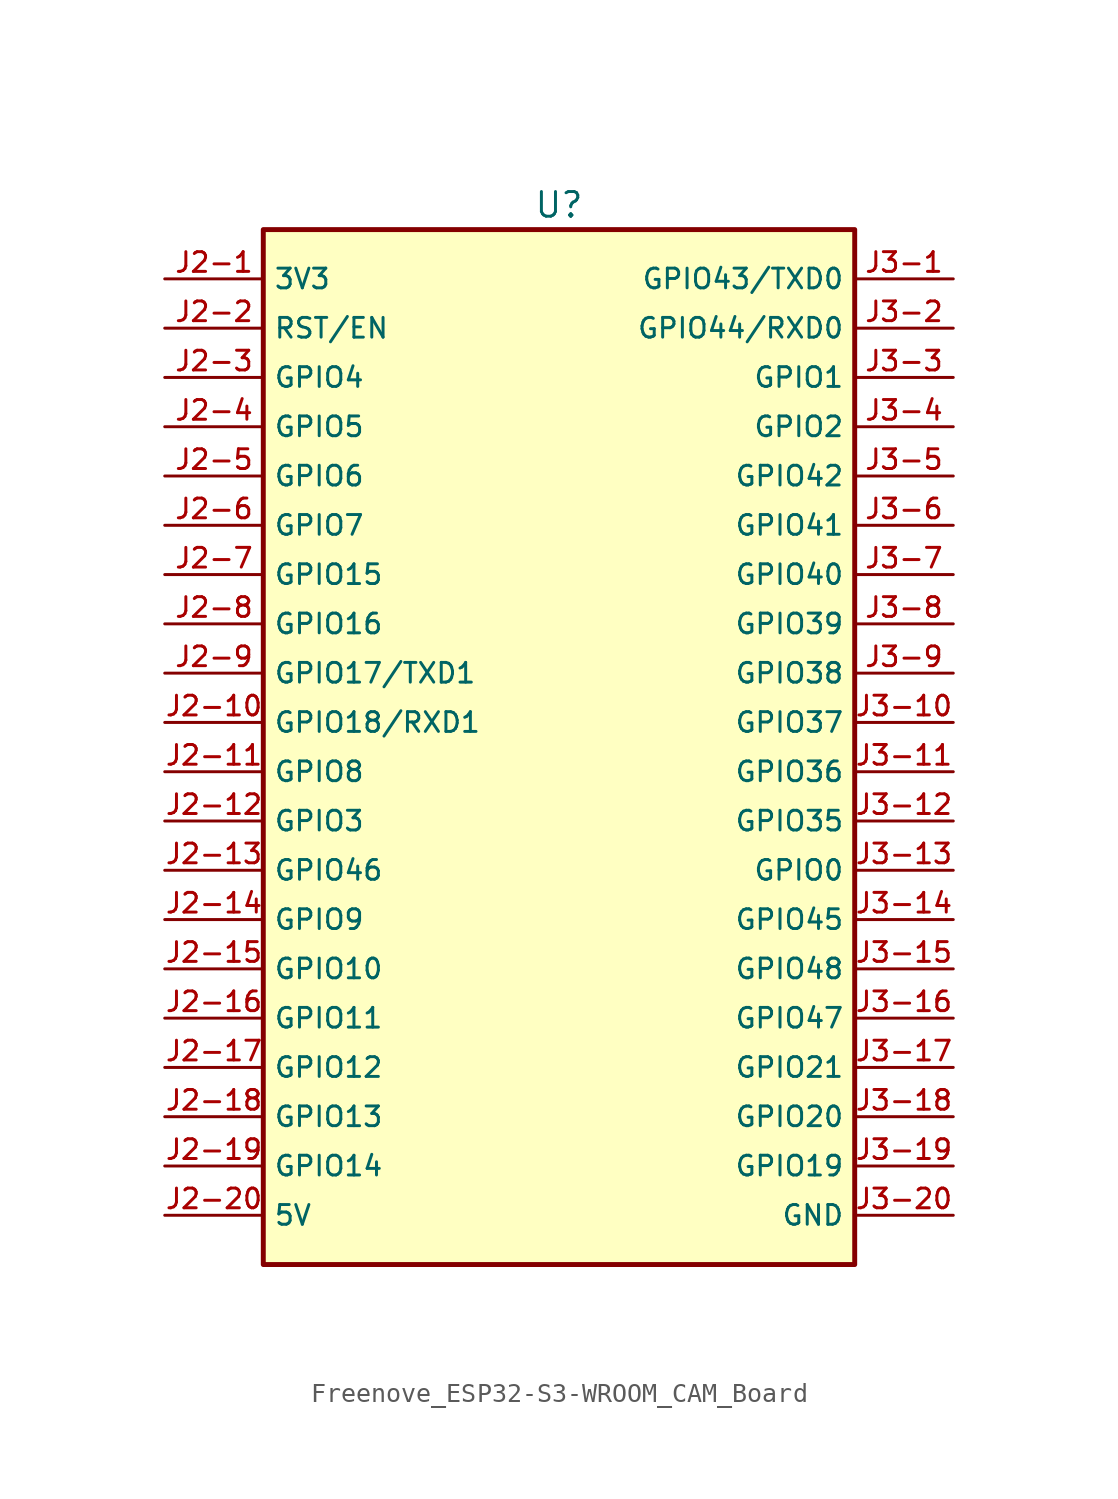
<source format=kicad_sym>
(kicad_symbol_lib
  (version 20231120)
  (generator "kicad_symbol_editor")
  (generator_version "8.0")
  (symbol "Freenove_ESP32-S3-WROOM_CAM_Board"
    (property "Reference" "U"
      (at 0 26.67 0)
      (effects (font (size 1.27 1.27))))
    (property "Value" ""
      (at 0 26.67 0)
      (effects (font (size 1.27 1.27))))
    (symbol "Freenove_ESP32-S3-WROOM_CAM_Board_0_0"
      (rectangle (start -15.24 25.4) (end 15.24 -27.94) (stroke (width 0.254) (type default)) (fill (type background)))
      (pin power_in line (at -20.32 22.86 0) (length 5.08) (name "3V3" (effects (font (size 1.016 1.016)))) (number "J2-1" (effects (font (size 1.016 1.016))))))
    (symbol "Freenove_ESP32-S3-WROOM_CAM_Board_1_0"
      (pin bidirectional line (at -20.32 0 0) (length 5.08) (name "GPIO18/RXD1" (effects (font (size 1.016 1.016)))) (number "J2-10" (effects (font (size 1.016 1.016)))))
      (pin bidirectional line (at -20.32 -2.54 0) (length 5.08) (name "GPIO8" (effects (font (size 1.016 1.016)))) (number "J2-11" (effects (font (size 1.016 1.016)))))
      (pin bidirectional line (at -20.32 -5.08 0) (length 5.08) (name "GPIO3" (effects (font (size 1.016 1.016)))) (number "J2-12" (effects (font (size 1.016 1.016)))))
      (pin bidirectional line (at -20.32 -7.62 0) (length 5.08) (name "GPIO46" (effects (font (size 1.016 1.016)))) (number "J2-13" (effects (font (size 1.016 1.016)))))
      (pin bidirectional line (at -20.32 -10.16 0) (length 5.08) (name "GPIO9" (effects (font (size 1.016 1.016)))) (number "J2-14" (effects (font (size 1.016 1.016)))))
      (pin bidirectional line (at -20.32 -12.7 0) (length 5.08) (name "GPIO10" (effects (font (size 1.016 1.016)))) (number "J2-15" (effects (font (size 1.016 1.016)))))
      (pin bidirectional line (at -20.32 -15.24 0) (length 5.08) (name "GPIO11" (effects (font (size 1.016 1.016)))) (number "J2-16" (effects (font (size 1.016 1.016)))))
      (pin bidirectional line (at -20.32 -17.78 0) (length 5.08) (name "GPIO12" (effects (font (size 1.016 1.016)))) (number "J2-17" (effects (font (size 1.016 1.016)))))
      (pin bidirectional line (at -20.32 -20.32 0) (length 5.08) (name "GPIO13" (effects (font (size 1.016 1.016)))) (number "J2-18" (effects (font (size 1.016 1.016)))))
      (pin bidirectional line (at -20.32 -22.86 0) (length 5.08) (name "GPIO14" (effects (font (size 1.016 1.016)))) (number "J2-19" (effects (font (size 1.016 1.016)))))
      (pin input line (at -20.32 20.32 0) (length 5.08) (name "RST/EN" (effects (font (size 1.016 1.016)))) (number "J2-2" (effects (font (size 1.016 1.016)))))
      (pin power_in line (at -20.32 -25.4 0) (length 5.08) (name "5V" (effects (font (size 1.016 1.016)))) (number "J2-20" (effects (font (size 1.016 1.016)))))
      (pin bidirectional line (at -20.32 17.78 0) (length 5.08) (name "GPIO4" (effects (font (size 1.016 1.016)))) (number "J2-3" (effects (font (size 1.016 1.016)))))
      (pin bidirectional line (at -20.32 15.24 0) (length 5.08) (name "GPIO5" (effects (font (size 1.016 1.016)))) (number "J2-4" (effects (font (size 1.016 1.016)))))
      (pin bidirectional line (at -20.32 12.7 0) (length 5.08) (name "GPIO6" (effects (font (size 1.016 1.016)))) (number "J2-5" (effects (font (size 1.016 1.016)))))
      (pin bidirectional line (at -20.32 10.16 0) (length 5.08) (name "GPIO7" (effects (font (size 1.016 1.016)))) (number "J2-6" (effects (font (size 1.016 1.016)))))
      (pin bidirectional line (at -20.32 7.62 0) (length 5.08) (name "GPIO15" (effects (font (size 1.016 1.016)))) (number "J2-7" (effects (font (size 1.016 1.016)))))
      (pin bidirectional line (at -20.32 5.08 0) (length 5.08) (name "GPIO16" (effects (font (size 1.016 1.016)))) (number "J2-8" (effects (font (size 1.016 1.016)))))
      (pin bidirectional line (at -20.32 2.54 0) (length 5.08) (name "GPIO17/TXD1" (effects (font (size 1.016 1.016)))) (number "J2-9" (effects (font (size 1.016 1.016)))))
      (pin bidirectional line (at 20.32 22.86 180) (length 5.08) (name "GPIO43/TXD0" (effects (font (size 1.016 1.016)))) (number "J3-1" (effects (font (size 1.016 1.016)))))
      (pin bidirectional line (at 20.32 0 180) (length 5.08) (name "GPIO37" (effects (font (size 1.016 1.016)))) (number "J3-10" (effects (font (size 1.016 1.016)))))
      (pin bidirectional line (at 20.32 -2.54 180) (length 5.08) (name "GPIO36" (effects (font (size 1.016 1.016)))) (number "J3-11" (effects (font (size 1.016 1.016)))))
      (pin bidirectional line (at 20.32 -5.08 180) (length 5.08) (name "GPIO35" (effects (font (size 1.016 1.016)))) (number "J3-12" (effects (font (size 1.016 1.016)))))
      (pin bidirectional line (at 20.32 -7.62 180) (length 5.08) (name "GPIO0" (effects (font (size 1.016 1.016)))) (number "J3-13" (effects (font (size 1.016 1.016)))))
      (pin bidirectional line (at 20.32 -10.16 180) (length 5.08) (name "GPIO45" (effects (font (size 1.016 1.016)))) (number "J3-14" (effects (font (size 1.016 1.016)))))
      (pin bidirectional line (at 20.32 -12.7 180) (length 5.08) (name "GPIO48" (effects (font (size 1.016 1.016)))) (number "J3-15" (effects (font (size 1.016 1.016)))))
      (pin bidirectional line (at 20.32 -15.24 180) (length 5.08) (name "GPIO47" (effects (font (size 1.016 1.016)))) (number "J3-16" (effects (font (size 1.016 1.016)))))
      (pin bidirectional line (at 20.32 -17.78 180) (length 5.08) (name "GPIO21" (effects (font (size 1.016 1.016)))) (number "J3-17" (effects (font (size 1.016 1.016)))))
      (pin bidirectional line (at 20.32 -20.32 180) (length 5.08) (name "GPIO20" (effects (font (size 1.016 1.016)))) (number "J3-18" (effects (font (size 1.016 1.016)))))
      (pin bidirectional line (at 20.32 -22.86 180) (length 5.08) (name "GPIO19" (effects (font (size 1.016 1.016)))) (number "J3-19" (effects (font (size 1.016 1.016)))))
      (pin bidirectional line (at 20.32 20.32 180) (length 5.08) (name "GPIO44/RXD0" (effects (font (size 1.016 1.016)))) (number "J3-2" (effects (font (size 1.016 1.016)))))
      (pin power_in line (at 20.32 -25.4 180) (length 5.08) (name "GND" (effects (font (size 1.016 1.016)))) (number "J3-20" (effects (font (size 1.016 1.016)))))
      (pin bidirectional line (at 20.32 17.78 180) (length 5.08) (name "GPIO1" (effects (font (size 1.016 1.016)))) (number "J3-3" (effects (font (size 1.016 1.016)))))
      (pin bidirectional line (at 20.32 15.24 180) (length 5.08) (name "GPIO2" (effects (font (size 1.016 1.016)))) (number "J3-4" (effects (font (size 1.016 1.016)))))
      (pin bidirectional line (at 20.32 12.7 180) (length 5.08) (name "GPIO42" (effects (font (size 1.016 1.016)))) (number "J3-5" (effects (font (size 1.016 1.016)))))
      (pin bidirectional line (at 20.32 10.16 180) (length 5.08) (name "GPIO41" (effects (font (size 1.016 1.016)))) (number "J3-6" (effects (font (size 1.016 1.016)))))
      (pin bidirectional line (at 20.32 7.62 180) (length 5.08) (name "GPIO40" (effects (font (size 1.016 1.016)))) (number "J3-7" (effects (font (size 1.016 1.016)))))
      (pin bidirectional line (at 20.32 5.08 180) (length 5.08) (name "GPIO39" (effects (font (size 1.016 1.016)))) (number "J3-8" (effects (font (size 1.016 1.016)))))
      (pin bidirectional line (at 20.32 2.54 180) (length 5.08) (name "GPIO38" (effects (font (size 1.016 1.016)))) (number "J3-9" (effects (font (size 1.016 1.016))))))))
</source>
